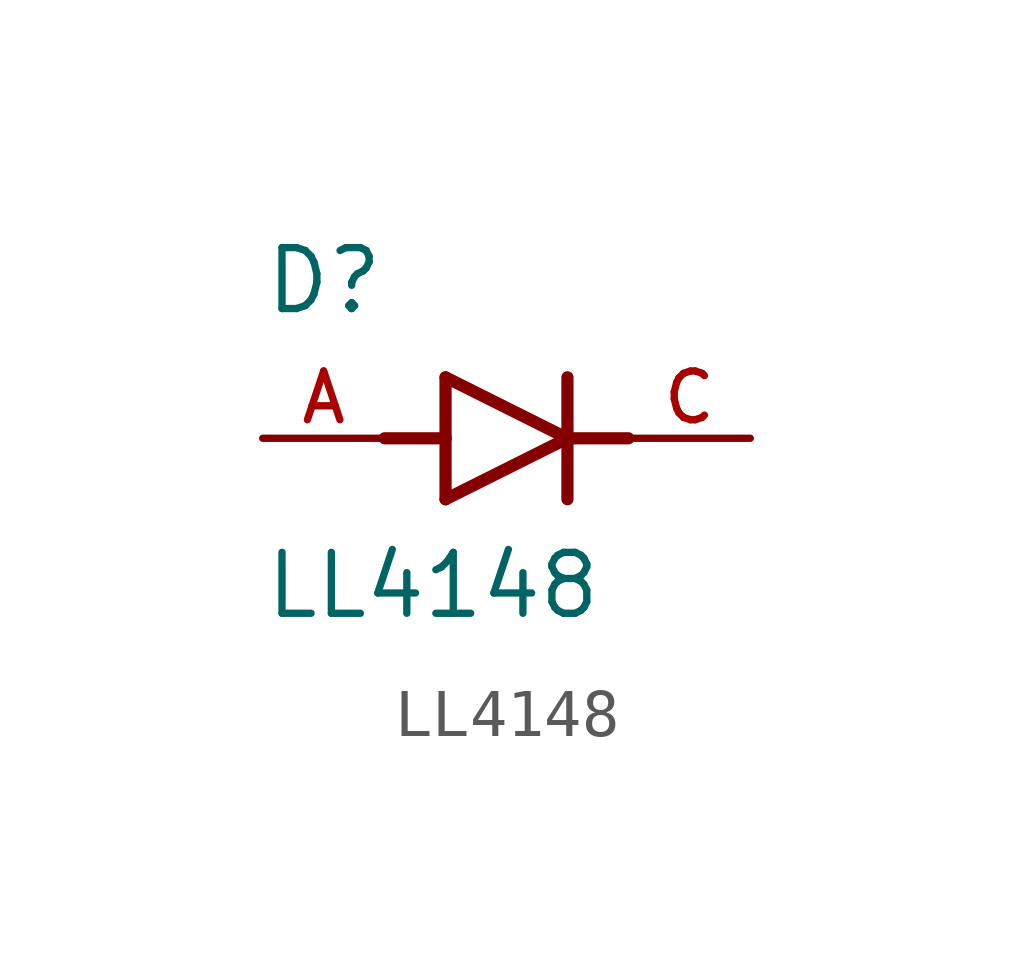
<source format=kicad_sym>
(kicad_symbol_lib
  (version 20211014)
  (generator kicad_symbol_editor)
  (symbol "LL4148"
    (pin_names
      (offset 1.016))
    (property "Reference" "D"
      (at -5.08 2.54 0)
      (effects (font (size 1.27 1.27)) (justify bottom left)))
    (property "Value" "LL4148"
      (at -5.08 -3.81 0)
      (effects (font (size 1.27 1.27)) (justify bottom left)))
    (symbol "LL4148_0_0"
      (polyline (pts (xy -1.27 -1.27) (xy 1.27 0.0)) (stroke (width 0.254)))
      (polyline (pts (xy 1.27 0.0) (xy -1.27 1.27)) (stroke (width 0.254)))
      (polyline (pts (xy 1.27 1.27) (xy 1.27 0.0)) (stroke (width 0.254)))
      (polyline (pts (xy -1.27 1.27) (xy -1.27 0.0)) (stroke (width 0.254)))
      (polyline (pts (xy -1.27 0.0) (xy -1.27 -1.27)) (stroke (width 0.254)))
      (polyline (pts (xy 1.27 0.0) (xy 1.27 -1.27)) (stroke (width 0.254)))
      (polyline (pts (xy -2.54 0.0) (xy -1.27 0.0)) (stroke (width 0.254)))
      (polyline (pts (xy 1.27 0.0) (xy 2.54 0.0)) (stroke (width 0.254)))
      (pin passive line (at 5.08 0.0 180.0) (length 2.54) (name "~" (effects (font (size 1.016 1.016)))) (number "C" (effects (font (size 1.016 1.016)))))
      (pin passive line (at -5.08 0.0 0) (length 2.54) (name "~" (effects (font (size 1.016 1.016)))) (number "A" (effects (font (size 1.016 1.016))))))))
</source>
